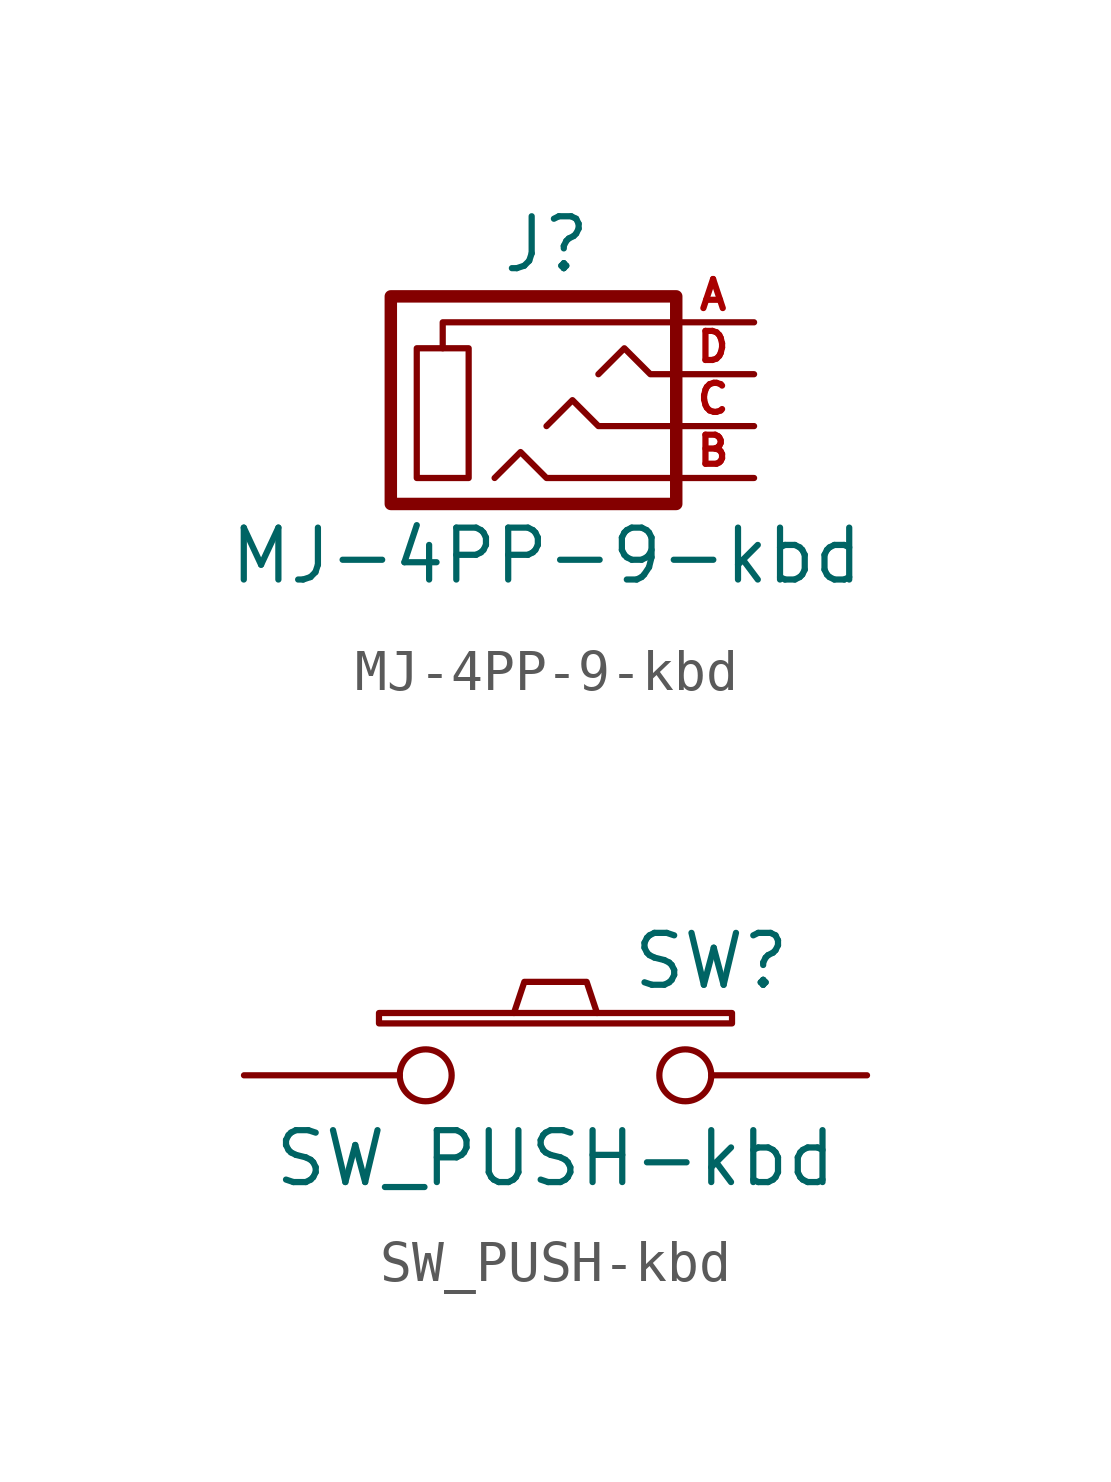
<source format=kicad_sym>
(kicad_symbol_lib
  (version 20220914)
  (generator kicad_symbol_editor)
  (symbol "MJ-4PP-9-kbd"
    (pin_names
      (offset 1.016))
    (property "Reference" "J"
      (at 0 3.81 0)
      (effects (font (size 1.27 1.27))))
    (property "Value" "MJ-4PP-9-kbd"
      (at 0 -3.81 0)
      (effects (font (size 1.27 1.27))))
    (symbol "MJ-4PP-9-kbd_0_1"
      (rectangle (start -1.905 -1.905) (end -3.175 1.27) (stroke (width 0) (type solid)) (fill (type none)))
      (polyline (pts (xy -2.54 1.27) (xy -2.54 1.905) (xy 3.175 1.905)) (stroke (width 0) (type solid)) (fill (type none)))
      (polyline (pts (xy -1.27 -1.905) (xy -0.635 -1.27) (xy 0 -1.905) (xy 3.175 -1.905)) (stroke (width 0) (type solid)) (fill (type none)))
      (polyline (pts (xy 0 -0.635) (xy 0.635 0) (xy 1.27 -0.635) (xy 3.175 -0.635)) (stroke (width 0) (type solid)) (fill (type none)))
      (polyline (pts (xy 1.27 0.635) (xy 1.905 1.27) (xy 2.54 0.635) (xy 3.175 0.635)) (stroke (width 0) (type solid)) (fill (type none)))
      (rectangle (start 3.175 2.54) (end -3.81 -2.54) (stroke (width 0.305) (type solid)) (fill (type none))))
    (symbol "MJ-4PP-9-kbd_1_1"
      (pin input line (at 5.08 1.905 180) (length 2.007) (name "~" (effects (font (size 0.508 0.508)))) (number "A" (effects (font (size 0.711 0.711)))))
      (pin input line (at 5.08 -1.905 180) (length 2.007) (name "~" (effects (font (size 0.508 0.508)))) (number "B" (effects (font (size 0.711 0.711)))))
      (pin input line (at 5.08 -0.635 180) (length 2.007) (name "~" (effects (font (size 0.508 0.508)))) (number "C" (effects (font (size 0.711 0.711)))))
      (pin input line (at 5.08 0.635 180) (length 2.007) (name "~" (effects (font (size 0.508 0.508)))) (number "D" (effects (font (size 0.711 0.711)))))))
  (symbol "SW_PUSH-kbd"
    (pin_numbers hide)
    (pin_names
      (offset 1.016) hide)
    (property "Reference" "SW"
      (at 3.81 2.794 0)
      (effects (font (size 1.27 1.27))))
    (property "Value" "SW_PUSH-kbd"
      (at 0 -2.032 0)
      (effects (font (size 1.27 1.27))))
    (property "Footprint" ""
      (at 0 0 0)
      (effects (font (size 1.27 1.27))))
    (property "Datasheet" ""
      (at 0 0 0)
      (effects (font (size 1.27 1.27))))
    (symbol "SW_PUSH-kbd_0_1"
      (rectangle (start -4.318 1.27) (end 4.318 1.524) (stroke (width 0) (type solid)) (fill (type none)))
      (polyline (pts (xy -1.016 1.524) (xy -0.762 2.286) (xy 0.762 2.286) (xy 1.016 1.524)) (stroke (width 0) (type solid)) (fill (type none)))
      (pin passive inverted (at -7.62 0 0) (length 5.08) (name "1" (effects (font (size 1.27 1.27)))) (number "1" (effects (font (size 1.27 1.27)))))
      (pin passive inverted (at 7.62 0 180) (length 5.08) (name "2" (effects (font (size 1.27 1.27)))) (number "2" (effects (font (size 1.27 1.27))))))))
</source>
